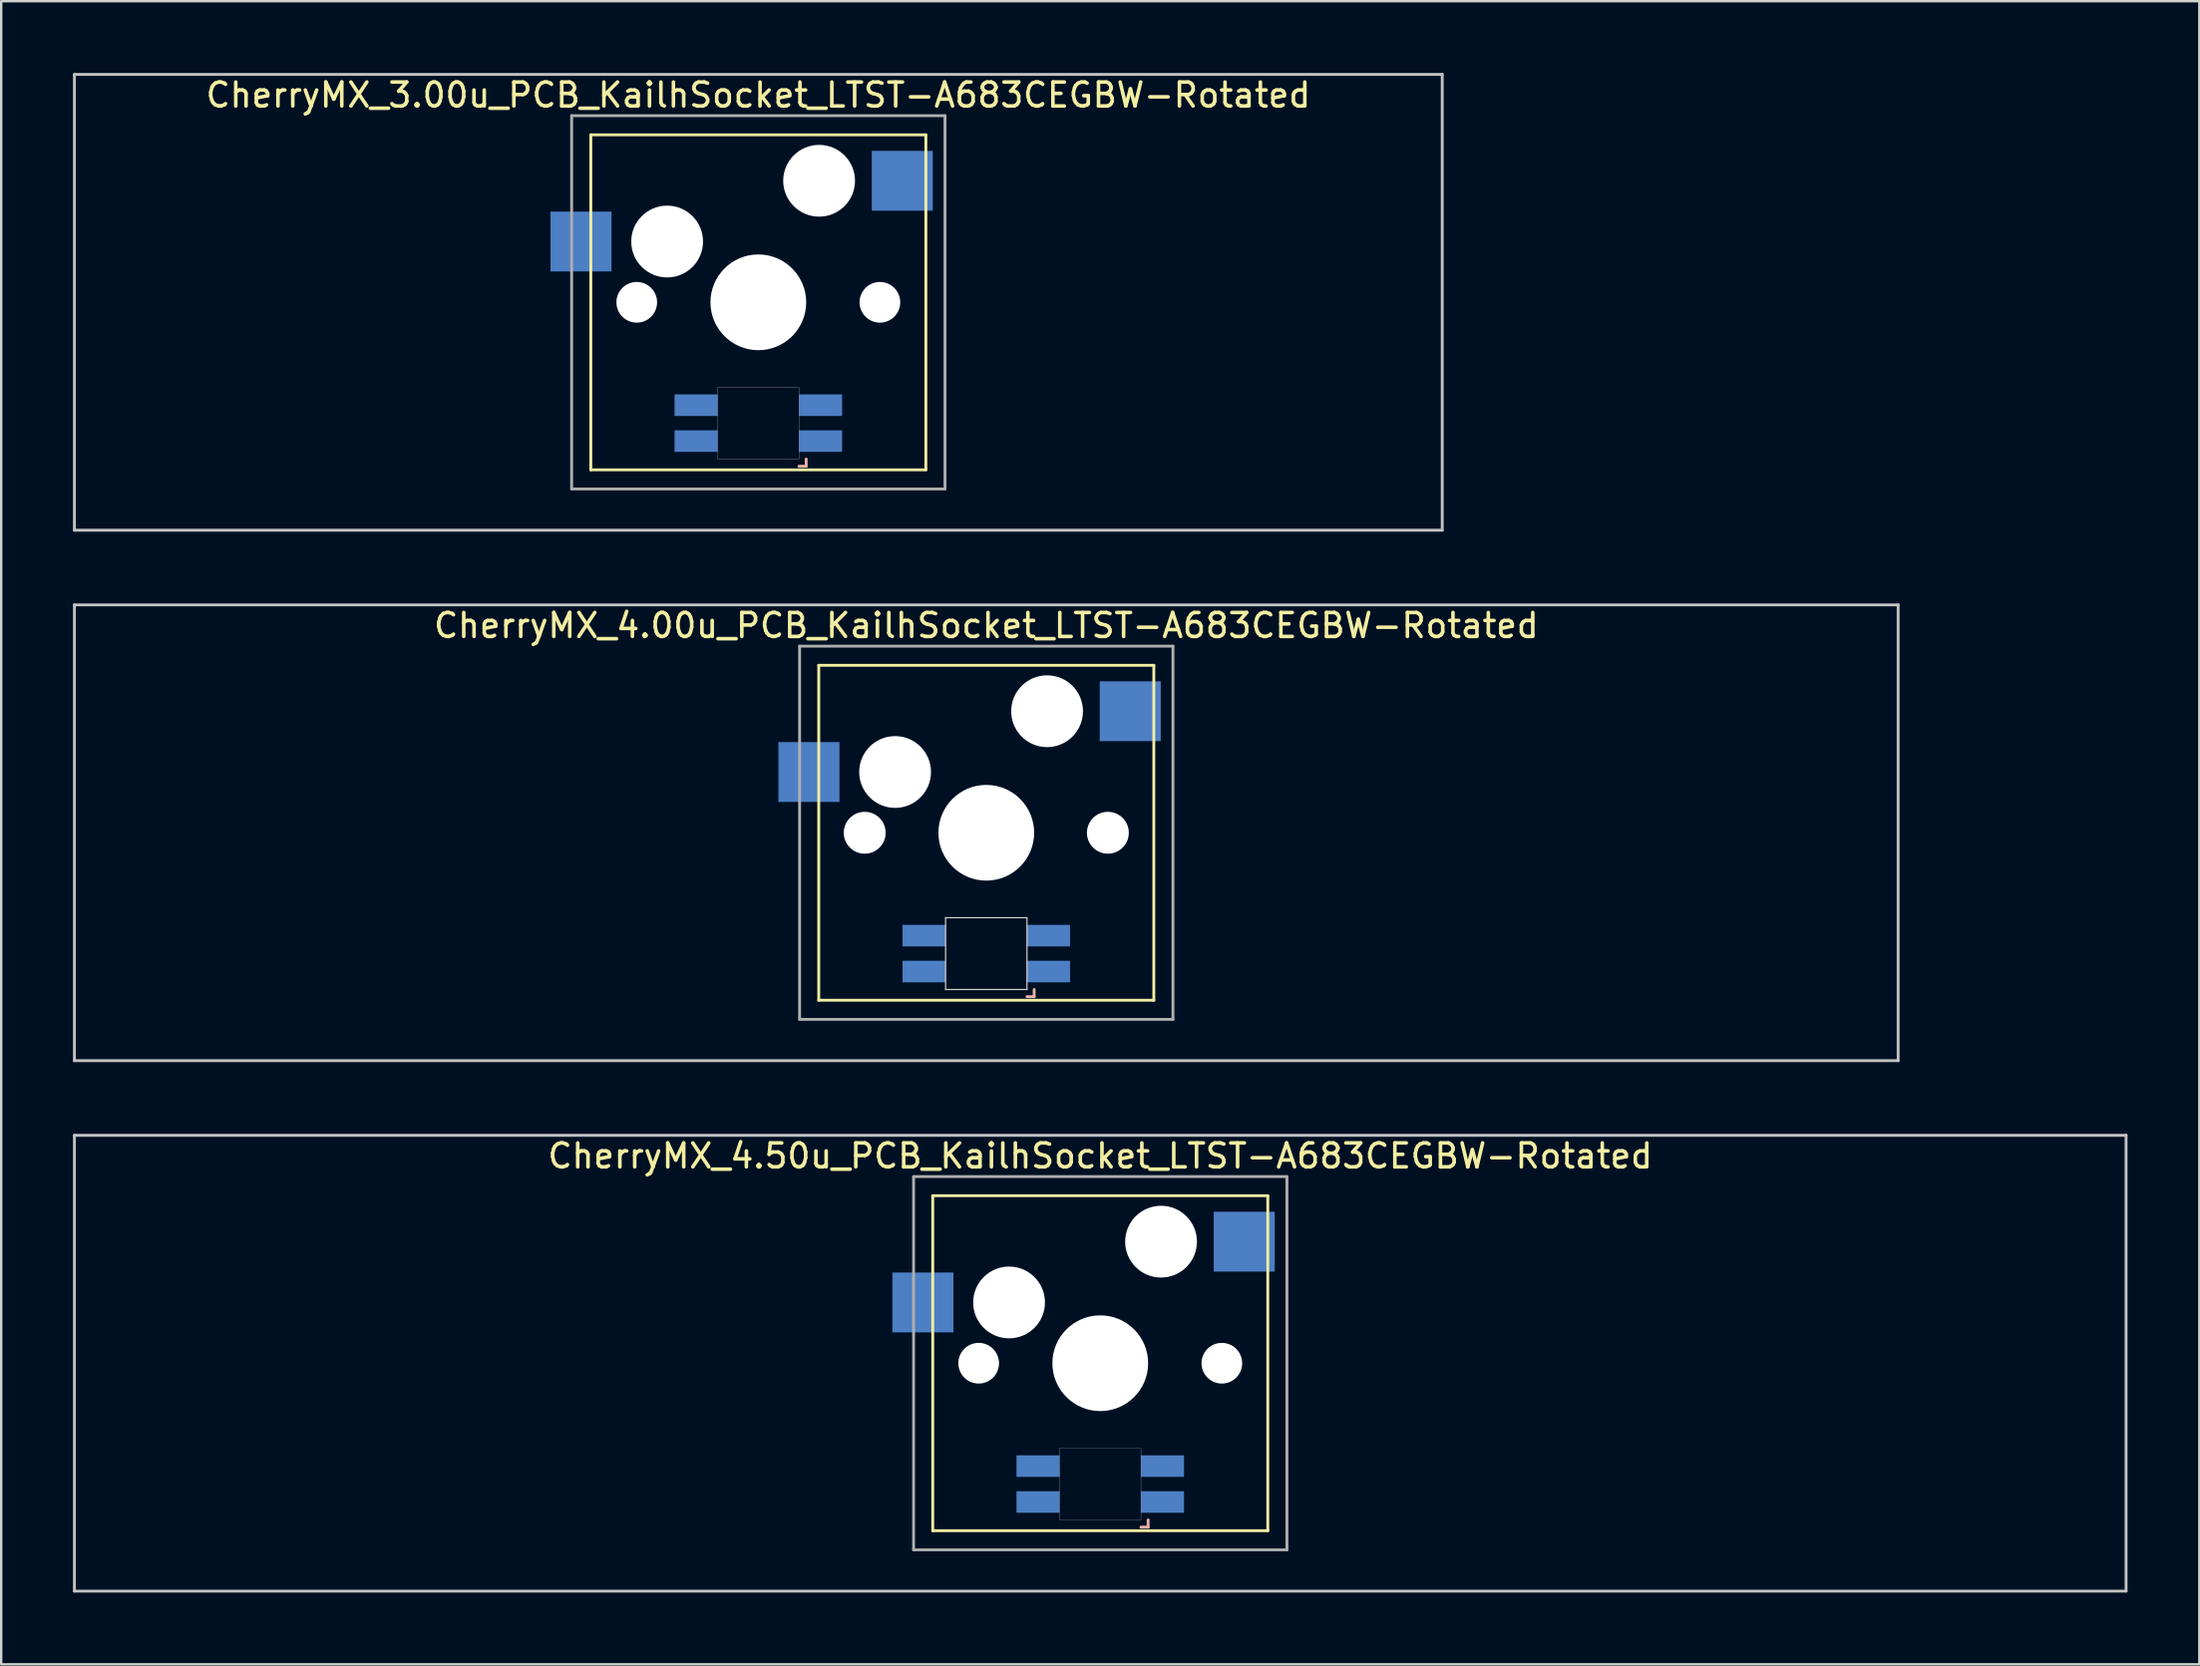
<source format=kicad_pcb>
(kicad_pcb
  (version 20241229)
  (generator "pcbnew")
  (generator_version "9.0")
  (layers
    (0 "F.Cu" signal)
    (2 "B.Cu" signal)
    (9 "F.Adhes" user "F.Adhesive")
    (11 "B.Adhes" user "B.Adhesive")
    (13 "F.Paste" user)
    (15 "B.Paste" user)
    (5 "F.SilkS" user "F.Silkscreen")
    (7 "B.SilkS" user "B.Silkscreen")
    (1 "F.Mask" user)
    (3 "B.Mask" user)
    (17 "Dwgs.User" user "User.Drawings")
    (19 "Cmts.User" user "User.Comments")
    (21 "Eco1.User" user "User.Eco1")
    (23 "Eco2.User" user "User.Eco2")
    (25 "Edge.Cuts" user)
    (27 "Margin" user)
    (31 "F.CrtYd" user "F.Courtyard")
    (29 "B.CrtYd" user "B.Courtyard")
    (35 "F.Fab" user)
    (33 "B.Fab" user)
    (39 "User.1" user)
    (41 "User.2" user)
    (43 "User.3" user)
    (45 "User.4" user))
  (footprint "CherryMX_3.00u_PCB_KailhSocket_LTST-A683CEGBW-Rotated"
    (layer "F.Cu")
    (at 28.635 9.585)
    (property "Reference" "CherryMX_3.00u_PCB_KailhSocket_LTST-A683CEGBW-Rotated" (at 0 -8.662 0) (layer "F.SilkS") (effects (font (size 1 1) (thickness 0.15))))
    (attr through_hole)
    (fp_line (start -7 -7) (end -7 7) (stroke (width 0.12) (type solid)) (layer "F.SilkS"))
    (fp_line (start -7 -7) (end 7 -7) (stroke (width 0.12) (type solid)) (layer "F.SilkS"))
    (fp_line (start 7 -7) (end 7 7) (stroke (width 0.12) (type solid)) (layer "F.SilkS"))
    (fp_line (start 7 7) (end -7 7) (stroke (width 0.12) (type solid)) (layer "F.SilkS"))
    (fp_line (start 1.7 6.85) (end 2 6.85) (stroke (width 0.12) (type solid)) (layer "B.SilkS"))
    (fp_line (start 2 6.85) (end 2 6.55) (stroke (width 0.12) (type solid)) (layer "B.SilkS"))
    (fp_line (start -28.575 -9.525) (end 28.575 -9.525) (stroke (width 0.12) (type solid)) (layer "Dwgs.User"))
    (fp_line (start -28.575 9.525) (end -28.575 -9.525) (stroke (width 0.12) (type solid)) (layer "Dwgs.User"))
    (fp_line (start 28.575 -9.525) (end 28.575 9.525) (stroke (width 0.12) (type solid)) (layer "Dwgs.User"))
    (fp_line (start 28.575 9.525) (end -28.575 9.525) (stroke (width 0.12) (type solid)) (layer "Dwgs.User"))
    (fp_poly (pts (xy -1.7 3.55) (xy 1.7 3.55) (xy 1.7 6.55) (xy -1.7 6.55)) (stroke (width 0.01) (type solid)) (fill no) (layer "Edge.Cuts"))
    (fp_line (start -7.8 -7.8) (end -7.8 7.8) (stroke (width 0.12) (type solid)) (layer "F.Fab"))
    (fp_line (start -7.8 -7.8) (end 7.8 -7.8) (stroke (width 0.12) (type solid)) (layer "F.Fab"))
    (fp_line (start -7.8 7.8) (end 7.8 7.8) (stroke (width 0.12) (type solid)) (layer "F.Fab"))
    (fp_line (start 7.8 -7.8) (end 7.8 7.8) (stroke (width 0.12) (type solid)) (layer "F.Fab"))
    (pad "" np_thru_hole circle (at -5.08 0) (size 1.7 1.7) (drill 1.7) (layers "*.Cu" "*.Mask"))
    (pad "" np_thru_hole circle (at -3.81 -2.54) (size 3 3) (drill 3) (layers "*.Cu" "*.Mask"))
    (pad "" np_thru_hole circle (at 0 0) (size 4 4) (drill 4) (layers "*.Cu" "*.Mask"))
    (pad "" np_thru_hole circle (at 2.54 -5.08) (size 3 3) (drill 3) (layers "*.Cu" "*.Mask"))
    (pad "" np_thru_hole circle (at 5.08 0) (size 1.7 1.7) (drill 1.7) (layers "*.Cu" "*.Mask"))
    (pad "1" smd rect (at -7.41 -2.54) (size 2.55 2.5) (layers "B.Cu" "B.Mask" "B.Paste"))
    (pad "2" smd rect (at 6.015 -5.08) (size 2.55 2.5) (layers "B.Cu" "B.Mask" "B.Paste"))
    (pad "3" smd rect (at 2.6 5.8 180) (size 1.8 0.9) (layers "B.Cu" "B.Mask" "B.Paste"))
    (pad "4" smd rect (at 2.6 4.3 180) (size 1.8 0.9) (layers "B.Cu" "B.Mask" "B.Paste"))
    (pad "5" smd rect (at -2.6 5.8 180) (size 1.8 0.9) (layers "B.Cu" "B.Mask" "B.Paste"))
    (pad "6" smd rect (at -2.6 4.3 180) (size 1.8 0.9) (layers "B.Cu" "B.Mask" "B.Paste")))
  (footprint "CherryMX_4.50u_PCB_KailhSocket_LTST-A683CEGBW-Rotated"
    (layer "F.Cu")
    (at 42.922 53.925)
    (property "Reference" "CherryMX_4.50u_PCB_KailhSocket_LTST-A683CEGBW-Rotated" (at 0 -8.662 0) (layer "F.SilkS") (effects (font (size 1 1) (thickness 0.15))))
    (attr through_hole)
    (fp_line (start -7 -7) (end -7 7) (stroke (width 0.12) (type solid)) (layer "F.SilkS"))
    (fp_line (start -7 -7) (end 7 -7) (stroke (width 0.12) (type solid)) (layer "F.SilkS"))
    (fp_line (start 7 -7) (end 7 7) (stroke (width 0.12) (type solid)) (layer "F.SilkS"))
    (fp_line (start 7 7) (end -7 7) (stroke (width 0.12) (type solid)) (layer "F.SilkS"))
    (fp_line (start 1.7 6.85) (end 2 6.85) (stroke (width 0.12) (type solid)) (layer "B.SilkS"))
    (fp_line (start 2 6.85) (end 2 6.55) (stroke (width 0.12) (type solid)) (layer "B.SilkS"))
    (fp_line (start -42.862 -9.525) (end 42.862 -9.525) (stroke (width 0.12) (type solid)) (layer "Dwgs.User"))
    (fp_line (start -42.862 9.525) (end -42.862 -9.525) (stroke (width 0.12) (type solid)) (layer "Dwgs.User"))
    (fp_line (start 42.862 -9.525) (end 42.862 9.525) (stroke (width 0.12) (type solid)) (layer "Dwgs.User"))
    (fp_line (start 42.862 9.525) (end -42.862 9.525) (stroke (width 0.12) (type solid)) (layer "Dwgs.User"))
    (fp_poly (pts (xy -1.7 3.55) (xy 1.7 3.55) (xy 1.7 6.55) (xy -1.7 6.55)) (stroke (width 0.01) (type solid)) (fill no) (layer "Edge.Cuts"))
    (fp_line (start -7.8 -7.8) (end -7.8 7.8) (stroke (width 0.12) (type solid)) (layer "F.Fab"))
    (fp_line (start -7.8 -7.8) (end 7.8 -7.8) (stroke (width 0.12) (type solid)) (layer "F.Fab"))
    (fp_line (start -7.8 7.8) (end 7.8 7.8) (stroke (width 0.12) (type solid)) (layer "F.Fab"))
    (fp_line (start 7.8 -7.8) (end 7.8 7.8) (stroke (width 0.12) (type solid)) (layer "F.Fab"))
    (pad "" np_thru_hole circle (at -5.08 0) (size 1.7 1.7) (drill 1.7) (layers "*.Cu" "*.Mask"))
    (pad "" np_thru_hole circle (at -3.81 -2.54) (size 3 3) (drill 3) (layers "*.Cu" "*.Mask"))
    (pad "" np_thru_hole circle (at 0 0) (size 4 4) (drill 4) (layers "*.Cu" "*.Mask"))
    (pad "" np_thru_hole circle (at 2.54 -5.08) (size 3 3) (drill 3) (layers "*.Cu" "*.Mask"))
    (pad "" np_thru_hole circle (at 5.08 0) (size 1.7 1.7) (drill 1.7) (layers "*.Cu" "*.Mask"))
    (pad "1" smd rect (at -7.41 -2.54) (size 2.55 2.5) (layers "B.Cu" "B.Mask" "B.Paste"))
    (pad "2" smd rect (at 6.015 -5.08) (size 2.55 2.5) (layers "B.Cu" "B.Mask" "B.Paste"))
    (pad "3" smd rect (at 2.6 5.8 180) (size 1.8 0.9) (layers "B.Cu" "B.Mask" "B.Paste"))
    (pad "4" smd rect (at 2.6 4.3 180) (size 1.8 0.9) (layers "B.Cu" "B.Mask" "B.Paste"))
    (pad "5" smd rect (at -2.6 5.8 180) (size 1.8 0.9) (layers "B.Cu" "B.Mask" "B.Paste"))
    (pad "6" smd rect (at -2.6 4.3 180) (size 1.8 0.9) (layers "B.Cu" "B.Mask" "B.Paste")))
  (footprint "CherryMX_4.00u_PCB_KailhSocket_LTST-A683CEGBW-Rotated"
    (layer "F.Cu")
    (at 38.16 31.755)
    (property "Reference" "CherryMX_4.00u_PCB_KailhSocket_LTST-A683CEGBW-Rotated" (at 0 -8.662 0) (layer "F.SilkS") (effects (font (size 1 1) (thickness 0.15))))
    (attr through_hole)
    (fp_line (start -7 -7) (end -7 7) (stroke (width 0.12) (type solid)) (layer "F.SilkS"))
    (fp_line (start -7 -7) (end 7 -7) (stroke (width 0.12) (type solid)) (layer "F.SilkS"))
    (fp_line (start 7 -7) (end 7 7) (stroke (width 0.12) (type solid)) (layer "F.SilkS"))
    (fp_line (start 7 7) (end -7 7) (stroke (width 0.12) (type solid)) (layer "F.SilkS"))
    (fp_line (start 1.7 6.85) (end 2 6.85) (stroke (width 0.12) (type solid)) (layer "B.SilkS"))
    (fp_line (start 2 6.85) (end 2 6.55) (stroke (width 0.12) (type solid)) (layer "B.SilkS"))
    (fp_line (start -38.1 -9.525) (end 38.1 -9.525) (stroke (width 0.12) (type solid)) (layer "Dwgs.User"))
    (fp_line (start -38.1 9.525) (end -38.1 -9.525) (stroke (width 0.12) (type solid)) (layer "Dwgs.User"))
    (fp_line (start 38.1 -9.525) (end 38.1 9.525) (stroke (width 0.12) (type solid)) (layer "Dwgs.User"))
    (fp_line (start 38.1 9.525) (end -38.1 9.525) (stroke (width 0.12) (type solid)) (layer "Dwgs.User"))
    (fp_line (start -1.7 3.55) (end 1.7 3.55) (stroke (width 0.05) (type solid)) (layer "Edge.Cuts"))
    (fp_line (start -1.7 6.55) (end -1.7 3.55) (stroke (width 0.05) (type solid)) (layer "Edge.Cuts"))
    (fp_line (start 1.7 3.55) (end 1.7 6.55) (stroke (width 0.05) (type solid)) (layer "Edge.Cuts"))
    (fp_line (start 1.7 6.55) (end -1.7 6.55) (stroke (width 0.05) (type solid)) (layer "Edge.Cuts"))
    (fp_line (start -7.8 -7.8) (end -7.8 7.8) (stroke (width 0.12) (type solid)) (layer "F.Fab"))
    (fp_line (start -7.8 -7.8) (end 7.8 -7.8) (stroke (width 0.12) (type solid)) (layer "F.Fab"))
    (fp_line (start -7.8 7.8) (end 7.8 7.8) (stroke (width 0.12) (type solid)) (layer "F.Fab"))
    (fp_line (start 7.8 -7.8) (end 7.8 7.8) (stroke (width 0.12) (type solid)) (layer "F.Fab"))
    (pad "" np_thru_hole circle (at -5.08 0) (size 1.75 1.75) (drill 1.75) (layers "*.Cu" "*.Mask"))
    (pad "" np_thru_hole circle (at -3.81 -2.54) (size 3 3) (drill 3) (layers "*.Cu" "*.Mask"))
    (pad "" np_thru_hole circle (at 0 0) (size 4 4) (drill 4) (layers "*.Cu" "*.Mask"))
    (pad "" np_thru_hole circle (at 2.54 -5.08) (size 3 3) (drill 3) (layers "*.Cu" "*.Mask"))
    (pad "" np_thru_hole circle (at 5.08 0) (size 1.75 1.75) (drill 1.75) (layers "*.Cu" "*.Mask"))
    (pad "1" smd rect (at -7.41 -2.54) (size 2.55 2.5) (layers "B.Cu" "B.Mask" "B.Paste"))
    (pad "2" smd rect (at 6.015 -5.08) (size 2.55 2.5) (layers "B.Cu" "B.Mask" "B.Paste"))
    (pad "3" smd rect (at 2.6 5.8) (size 1.8 0.9) (layers "B.Cu" "B.Mask" "B.Paste"))
    (pad "4" smd rect (at 2.6 4.3) (size 1.8 0.9) (layers "B.Cu" "B.Mask" "B.Paste"))
    (pad "5" smd rect (at -2.6 5.8) (size 1.8 0.9) (layers "B.Cu" "B.Mask" "B.Paste"))
    (pad "6" smd rect (at -2.6 4.3) (size 1.8 0.9) (layers "B.Cu" "B.Mask" "B.Paste")))
  (gr_rect
    (start -3 -3)
    (end 88.845 66.51)
    (stroke (width 0.1) (type default))
    (fill no)
    (layer "Edge.Cuts")))
</source>
